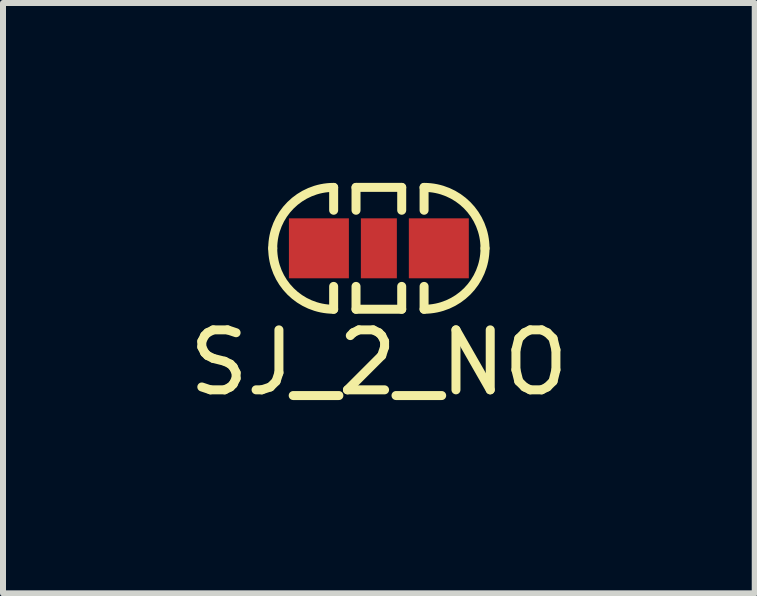
<source format=kicad_pcb>
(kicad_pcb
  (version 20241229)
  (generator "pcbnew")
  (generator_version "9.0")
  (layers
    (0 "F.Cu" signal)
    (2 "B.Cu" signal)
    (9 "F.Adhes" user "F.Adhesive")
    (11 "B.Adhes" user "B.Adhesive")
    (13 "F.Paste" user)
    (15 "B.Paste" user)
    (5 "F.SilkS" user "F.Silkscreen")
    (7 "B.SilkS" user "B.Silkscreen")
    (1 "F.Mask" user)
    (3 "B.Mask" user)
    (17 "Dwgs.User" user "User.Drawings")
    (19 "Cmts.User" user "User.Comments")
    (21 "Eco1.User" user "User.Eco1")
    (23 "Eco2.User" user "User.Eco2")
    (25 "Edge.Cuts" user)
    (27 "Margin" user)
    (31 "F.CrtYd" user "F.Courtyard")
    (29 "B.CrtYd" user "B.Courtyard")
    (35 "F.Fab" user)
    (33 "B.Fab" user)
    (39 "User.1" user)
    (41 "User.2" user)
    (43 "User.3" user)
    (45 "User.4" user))
  (footprint "SJ_2_NO"
    (layer "F.Cu")
    (at 3.268 1.091)
    (property "Reference" "SJ_2_NO" (at 0 1.905 0) (layer "F.SilkS") (effects (font (size 1 1) (thickness 0.15))))
    (attr through_hole)
    (fp_line (start -0.754 -0.635) (end -0.754 -1.016) (stroke (width 0.15) (type solid)) (layer "F.SilkS"))
    (fp_line (start -0.754 0.635) (end -0.754 1.016) (stroke (width 0.15) (type solid)) (layer "F.SilkS"))
    (fp_line (start -0.381 -1.016) (end 0.381 -1.016) (stroke (width 0.15) (type solid)) (layer "F.SilkS"))
    (fp_line (start -0.381 -0.635) (end -0.381 -1.016) (stroke (width 0.15) (type solid)) (layer "F.SilkS"))
    (fp_line (start -0.381 0.635) (end -0.381 1.016) (stroke (width 0.15) (type solid)) (layer "F.SilkS"))
    (fp_line (start -0.381 1.016) (end 0.381 1.016) (stroke (width 0.15) (type solid)) (layer "F.SilkS"))
    (fp_line (start 0.381 -1.016) (end 0.381 -0.635) (stroke (width 0.15) (type solid)) (layer "F.SilkS"))
    (fp_line (start 0.381 1.016) (end 0.381 0.635) (stroke (width 0.15) (type solid)) (layer "F.SilkS"))
    (fp_line (start 0.754 -1.016) (end 0.754 -0.635) (stroke (width 0.15) (type solid)) (layer "F.SilkS"))
    (fp_line (start 0.754 1.016) (end 0.754 0.635) (stroke (width 0.15) (type solid)) (layer "F.SilkS"))
    (fp_arc (start -1.77 0) (mid -1.47242 -0.71842) (end -0.754 -1.016) (stroke (width 0.15) (type solid)) (layer "F.SilkS"))
    (fp_arc (start -0.754 1.016) (mid -1.47242 0.71842) (end -1.77 0) (stroke (width 0.15) (type solid)) (layer "F.SilkS"))
    (fp_arc (start 0.754 -1.016) (mid 1.47242 -0.71842) (end 1.77 0) (stroke (width 0.15) (type solid)) (layer "F.SilkS"))
    (fp_arc (start 1.77 0) (mid 1.47242 0.71842) (end 0.754 1.016) (stroke (width 0.15) (type solid)) (layer "F.SilkS"))
    (pad "1" smd rect (at -1 0) (size 1 1) (layers "F.Cu" "F.Mask"))
    (pad "2" smd rect (at 0 0) (size 0.6 1) (layers "F.Cu" "F.Mask" "F.Paste"))
    (pad "3" smd rect (at 1 0) (size 1 1) (layers "F.Cu" "F.Mask")))
  (gr_rect
    (start -3 -3)
    (end 9.536 6.844)
    (stroke (width 0.1) (type default))
    (fill no)
    (layer "Edge.Cuts")))
</source>
